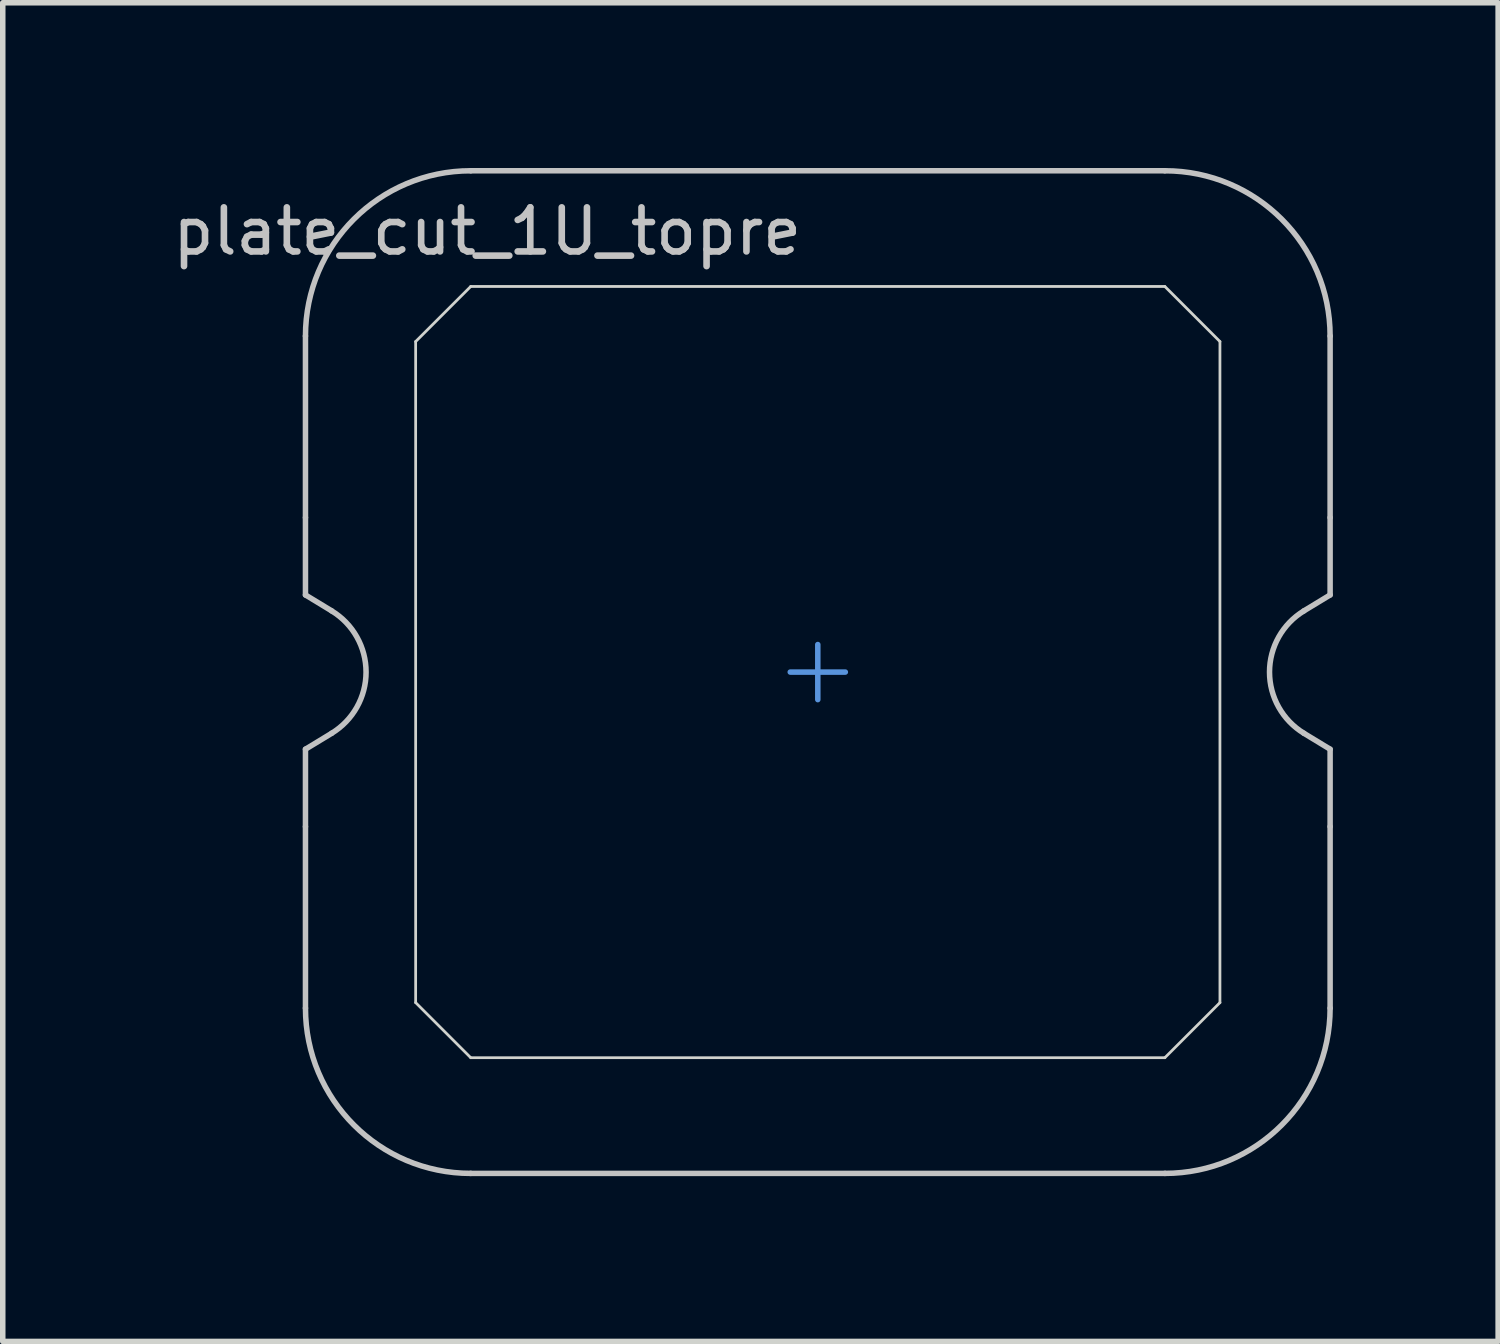
<source format=kicad_pcb>
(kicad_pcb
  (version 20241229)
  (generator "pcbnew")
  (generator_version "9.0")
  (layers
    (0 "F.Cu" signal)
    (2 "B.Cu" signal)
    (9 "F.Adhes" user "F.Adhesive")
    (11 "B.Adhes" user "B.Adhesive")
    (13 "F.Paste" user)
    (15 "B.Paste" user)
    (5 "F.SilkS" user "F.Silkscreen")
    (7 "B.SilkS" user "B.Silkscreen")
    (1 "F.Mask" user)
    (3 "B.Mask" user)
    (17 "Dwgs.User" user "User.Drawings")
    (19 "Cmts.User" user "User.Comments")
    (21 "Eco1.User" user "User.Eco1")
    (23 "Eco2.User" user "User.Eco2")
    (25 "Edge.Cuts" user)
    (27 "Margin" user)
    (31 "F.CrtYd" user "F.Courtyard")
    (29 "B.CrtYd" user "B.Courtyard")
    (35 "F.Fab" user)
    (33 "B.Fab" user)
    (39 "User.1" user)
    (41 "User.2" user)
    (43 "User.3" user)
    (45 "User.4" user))
  (footprint "plate_cut_1U_topre"
    (layer "F.Cu")
    (at 11.795 9.15)
    (property "Reference" "plate_cut_1U_topre" (at -6 -8 0) (layer "Dwgs.User") (effects (font (size 0.8 0.8) (thickness 0.12))))
    (attr smd)
    (fp_line (start -9.3 -2.805) (end -9.3 -6.1) (stroke (width 0.1) (type solid)) (layer "Dwgs.User"))
    (fp_line (start -9.3 -1.4) (end -9.3 -2.805) (stroke (width 0.1) (type solid)) (layer "Dwgs.User"))
    (fp_line (start -9.3 1.4) (end -8.824 1.111) (stroke (width 0.1) (type solid)) (layer "Dwgs.User"))
    (fp_line (start -9.3 2.805) (end -9.3 1.4) (stroke (width 0.1) (type solid)) (layer "Dwgs.User"))
    (fp_line (start -9.3 6.1) (end -9.3 2.805) (stroke (width 0.1) (type solid)) (layer "Dwgs.User"))
    (fp_line (start -8.824 -1.111) (end -9.3 -1.4) (stroke (width 0.1) (type solid)) (layer "Dwgs.User"))
    (fp_line (start -6.3 -9.1) (end 6.3 -9.1) (stroke (width 0.1) (type solid)) (layer "Dwgs.User"))
    (fp_line (start 6.3 9.1) (end -6.3 9.1) (stroke (width 0.1) (type solid)) (layer "Dwgs.User"))
    (fp_line (start 8.824 1.111) (end 9.3 1.4) (stroke (width 0.1) (type solid)) (layer "Dwgs.User"))
    (fp_line (start 9.3 -6.1) (end 9.3 -2.805) (stroke (width 0.1) (type solid)) (layer "Dwgs.User"))
    (fp_line (start 9.3 -2.805) (end 9.3 -1.4) (stroke (width 0.1) (type solid)) (layer "Dwgs.User"))
    (fp_line (start 9.3 -1.4) (end 8.824 -1.111) (stroke (width 0.1) (type solid)) (layer "Dwgs.User"))
    (fp_line (start 9.3 1.4) (end 9.3 2.805) (stroke (width 0.1) (type solid)) (layer "Dwgs.User"))
    (fp_line (start 9.3 2.805) (end 9.3 6.1) (stroke (width 0.1) (type solid)) (layer "Dwgs.User"))
    (fp_arc (start -9.3 -6.1) (mid -8.42132 -8.22132) (end -6.3 -9.1) (stroke (width 0.1) (type solid)) (layer "Dwgs.User"))
    (fp_arc (start -8.824333 -1.110619) (mid -8.2 0) (end -8.824333 1.110619) (stroke (width 0.1) (type solid)) (layer "Dwgs.User"))
    (fp_arc (start -6.3 9.1) (mid -8.42132 8.22132) (end -9.3 6.1) (stroke (width 0.1) (type solid)) (layer "Dwgs.User"))
    (fp_arc (start 6.3 -9.1) (mid 8.42132 -8.22132) (end 9.3 -6.1) (stroke (width 0.1) (type solid)) (layer "Dwgs.User"))
    (fp_arc (start 8.824333 1.110619) (mid 8.2 0) (end 8.824333 -1.110619) (stroke (width 0.1) (type solid)) (layer "Dwgs.User"))
    (fp_arc (start 9.3 6.1) (mid 8.42132 8.22132) (end 6.3 9.1) (stroke (width 0.1) (type solid)) (layer "Dwgs.User"))
    (fp_line (start -0.5 0) (end 0.5 0) (stroke (width 0.1) (type default)) (layer "Cmts.User"))
    (fp_line (start 0 -0.5) (end 0 0.5) (stroke (width 0.1) (type default)) (layer "Cmts.User"))
    (fp_line (start -7.3 -6) (end -7.3 6) (stroke (width 0.05) (type solid)) (layer "Edge.Cuts"))
    (fp_line (start -7.3 -6) (end -6.3 -7) (stroke (width 0.05) (type default)) (layer "Edge.Cuts"))
    (fp_line (start -6.3 7) (end -7.3 6) (stroke (width 0.05) (type default)) (layer "Edge.Cuts"))
    (fp_line (start -6.3 7) (end 6.3 7) (stroke (width 0.05) (type solid)) (layer "Edge.Cuts"))
    (fp_line (start 6.3 -7) (end -6.3 -7) (stroke (width 0.05) (type solid)) (layer "Edge.Cuts"))
    (fp_line (start 6.3 7) (end 7.3 6) (stroke (width 0.05) (type default)) (layer "Edge.Cuts"))
    (fp_line (start 7.3 -6) (end 6.3 -7) (stroke (width 0.05) (type default)) (layer "Edge.Cuts"))
    (fp_line (start 7.3 6) (end 7.3 -6) (stroke (width 0.05) (type solid)) (layer "Edge.Cuts")))
  (gr_rect
    (start -3 -3)
    (end 24.145 21.3)
    (stroke (width 0.1) (type default))
    (fill no)
    (layer "Edge.Cuts")))
</source>
